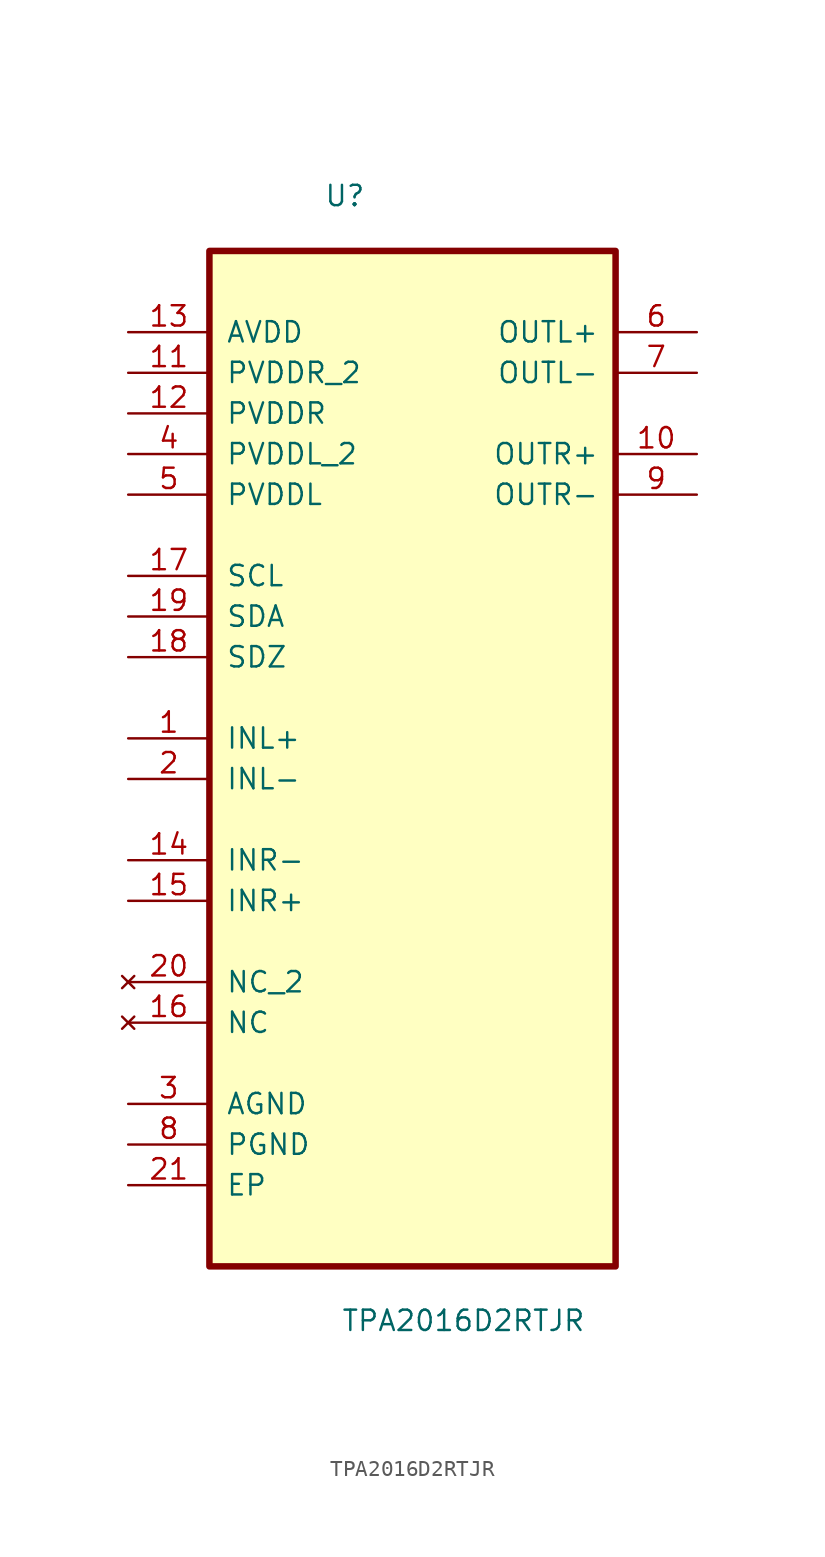
<source format=kicad_sym>
(kicad_symbol_lib
  (version 20231120)
  (generator "kicad_symbol_editor")
  (generator_version "8.99")
  (symbol "TPA2016D2RTJR"
    (pin_names
      (offset 1.016))
    (property "Reference" "U"
      (at -5.539 30.642 0)
      (effects (font (size 1.27 1.27)) (justify left bottom)))
    (property "Value" "TPA2016D2RTJR"
      (at -4.473 -39.699 0)
      (effects (font (size 1.27 1.27)) (justify left bottom)))
    (symbol "TPA2016D2RTJR_0_0"
      (rectangle (start -12.7 -35.56) (end 12.7 27.94) (stroke (width 0.406) (type default)) (fill (type background)))
      (pin input line (at -17.78 -2.54 0) (length 5.08) (name "INL+" (effects (font (size 1.27 1.27)))) (number "1" (effects (font (size 1.27 1.27)))))
      (pin output line (at 17.78 15.24 180) (length 5.08) (name "OUTR+" (effects (font (size 1.27 1.27)))) (number "10" (effects (font (size 1.27 1.27)))))
      (pin power_in line (at -17.78 20.32 0) (length 5.08) (name "PVDDR_2" (effects (font (size 1.27 1.27)))) (number "11" (effects (font (size 1.27 1.27)))))
      (pin power_in line (at -17.78 17.78 0) (length 5.08) (name "PVDDR" (effects (font (size 1.27 1.27)))) (number "12" (effects (font (size 1.27 1.27)))))
      (pin power_in line (at -17.78 22.86 0) (length 5.08) (name "AVDD" (effects (font (size 1.27 1.27)))) (number "13" (effects (font (size 1.27 1.27)))))
      (pin input line (at -17.78 -10.16 0) (length 5.08) (name "INR-" (effects (font (size 1.27 1.27)))) (number "14" (effects (font (size 1.27 1.27)))))
      (pin input line (at -17.78 -12.7 0) (length 5.08) (name "INR+" (effects (font (size 1.27 1.27)))) (number "15" (effects (font (size 1.27 1.27)))))
      (pin no_connect line (at -17.78 -20.32 0) (length 5.08) (name "NC" (effects (font (size 1.27 1.27)))) (number "16" (effects (font (size 1.27 1.27)))))
      (pin input line (at -17.78 7.62 0) (length 5.08) (name "SCL" (effects (font (size 1.27 1.27)))) (number "17" (effects (font (size 1.27 1.27)))))
      (pin input line (at -17.78 2.54 0) (length 5.08) (name "SDZ" (effects (font (size 1.27 1.27)))) (number "18" (effects (font (size 1.27 1.27)))))
      (pin bidirectional line (at -17.78 5.08 0) (length 5.08) (name "SDA" (effects (font (size 1.27 1.27)))) (number "19" (effects (font (size 1.27 1.27)))))
      (pin input line (at -17.78 -5.08 0) (length 5.08) (name "INL-" (effects (font (size 1.27 1.27)))) (number "2" (effects (font (size 1.27 1.27)))))
      (pin no_connect line (at -17.78 -17.78 0) (length 5.08) (name "NC_2" (effects (font (size 1.27 1.27)))) (number "20" (effects (font (size 1.27 1.27)))))
      (pin passive line (at -17.78 -30.48 0) (length 5.08) (name "EP" (effects (font (size 1.27 1.27)))) (number "21" (effects (font (size 1.27 1.27)))))
      (pin passive line (at -17.78 -25.4 0) (length 5.08) (name "AGND" (effects (font (size 1.27 1.27)))) (number "3" (effects (font (size 1.27 1.27)))))
      (pin power_in line (at -17.78 15.24 0) (length 5.08) (name "PVDDL_2" (effects (font (size 1.27 1.27)))) (number "4" (effects (font (size 1.27 1.27)))))
      (pin power_in line (at -17.78 12.7 0) (length 5.08) (name "PVDDL" (effects (font (size 1.27 1.27)))) (number "5" (effects (font (size 1.27 1.27)))))
      (pin output line (at 17.78 22.86 180) (length 5.08) (name "OUTL+" (effects (font (size 1.27 1.27)))) (number "6" (effects (font (size 1.27 1.27)))))
      (pin output line (at 17.78 20.32 180) (length 5.08) (name "OUTL-" (effects (font (size 1.27 1.27)))) (number "7" (effects (font (size 1.27 1.27)))))
      (pin passive line (at -17.78 -27.94 0) (length 5.08) (name "PGND" (effects (font (size 1.27 1.27)))) (number "8" (effects (font (size 1.27 1.27)))))
      (pin output line (at 17.78 12.7 180) (length 5.08) (name "OUTR-" (effects (font (size 1.27 1.27)))) (number "9" (effects (font (size 1.27 1.27))))))))
</source>
